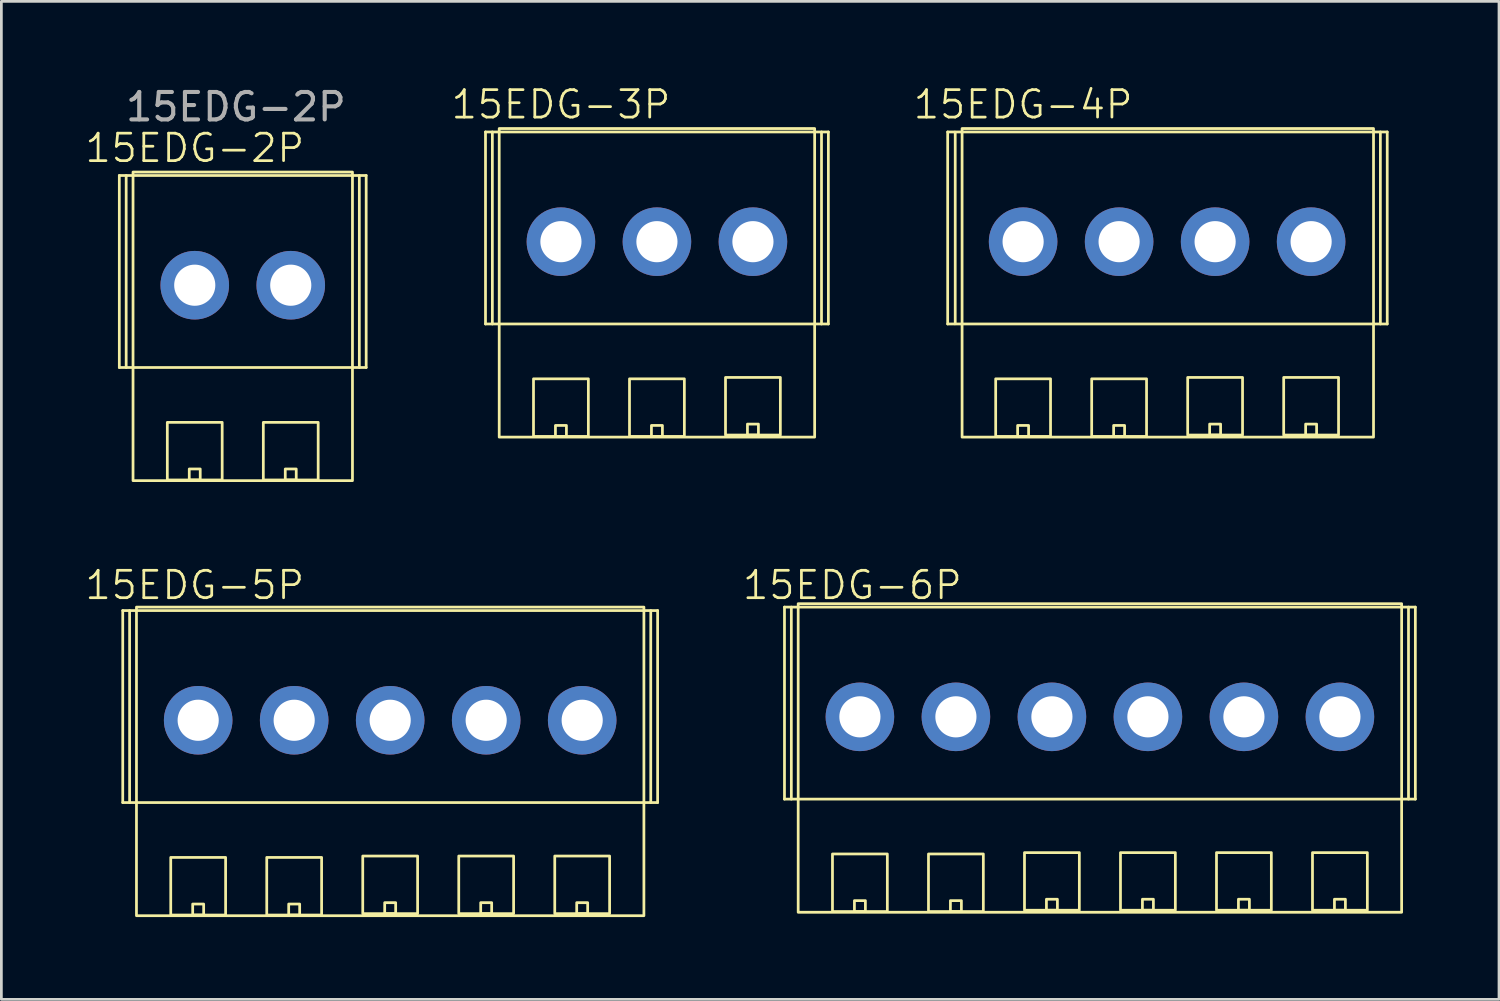
<source format=kicad_pcb>
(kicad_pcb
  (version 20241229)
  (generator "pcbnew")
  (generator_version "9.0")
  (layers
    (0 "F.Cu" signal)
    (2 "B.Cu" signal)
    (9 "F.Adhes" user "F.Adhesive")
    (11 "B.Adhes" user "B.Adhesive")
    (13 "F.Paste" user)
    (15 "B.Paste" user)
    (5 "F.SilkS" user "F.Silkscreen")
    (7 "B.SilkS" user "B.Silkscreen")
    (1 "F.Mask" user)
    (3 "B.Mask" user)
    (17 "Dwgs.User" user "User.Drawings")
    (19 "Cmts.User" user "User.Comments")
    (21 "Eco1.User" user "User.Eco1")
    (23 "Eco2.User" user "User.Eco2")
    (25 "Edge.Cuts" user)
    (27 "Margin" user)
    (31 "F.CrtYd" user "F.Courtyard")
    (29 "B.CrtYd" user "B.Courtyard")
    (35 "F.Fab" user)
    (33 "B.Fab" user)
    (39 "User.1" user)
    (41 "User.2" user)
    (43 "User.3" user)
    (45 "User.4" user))
  (footprint "15EDG-3P"
    (layer "F.Cu")
    (at 17.4 5.761)
    (property "Reference" "15EDG-3P" (at 0 -5 0) (unlocked yes) (layer "F.SilkS") (effects (font (size 1 1) (thickness 0.1))))
    (attr smd)
    (fp_line (start -2.75 -4) (end -2.5 -4) (stroke (width 0.1) (type default)) (layer "F.SilkS"))
    (fp_line (start -2.75 3) (end -2.75 -4) (stroke (width 0.1) (type default)) (layer "F.SilkS"))
    (fp_line (start -2.5 3) (end -2.75 3) (stroke (width 0.1) (type default)) (layer "F.SilkS"))
    (fp_line (start 9.75 -4) (end 9.5 -4) (stroke (width 0.1) (type default)) (layer "F.SilkS"))
    (fp_line (start 9.75 3) (end 9.5 3) (stroke (width 0.1) (type default)) (layer "F.SilkS"))
    (fp_line (start 9.75 3) (end 9.75 -4) (stroke (width 0.1) (type default)) (layer "F.SilkS"))
    (fp_rect (start -2.5 -4) (end 9.5 3) (stroke (width 0.1) (type default)) (fill no) (layer "F.SilkS"))
    (fp_rect (start -2.25 -4.125) (end 9.25 7.125) (stroke (width 0.1) (type default)) (fill no) (layer "F.SilkS"))
    (fp_rect (start -1 5) (end 1 7.1) (stroke (width 0.1) (type default)) (fill no) (layer "F.SilkS"))
    (fp_rect (start -0.2 6.7) (end 0.2 7.1) (stroke (width 0.1) (type default)) (fill no) (layer "F.SilkS"))
    (fp_rect (start 2.5 5) (end 4.5 7.1) (stroke (width 0.1) (type default)) (fill no) (layer "F.SilkS"))
    (fp_rect (start 3.3 6.7) (end 3.7 7.1) (stroke (width 0.1) (type default)) (fill no) (layer "F.SilkS"))
    (fp_rect (start 6 4.95) (end 8 7.05) (stroke (width 0.1) (type default)) (fill no) (layer "F.SilkS"))
    (fp_rect (start 6.8 6.65) (end 7.2 7.05) (stroke (width 0.1) (type default)) (fill no) (layer "F.SilkS"))
    (pad "1" thru_hole circle (at 0 0) (size 2.5 2.5) (drill 1.5) (layers "*.Cu" "*.Mask"))
    (pad "2" thru_hole circle (at 3.5 0) (size 2.5 2.5) (drill 1.5) (layers "*.Cu" "*.Mask"))
    (pad "3" thru_hole circle (at 7 0) (size 2.5 2.5) (drill 1.5) (layers "*.Cu" "*.Mask")))
  (footprint "15EDG-2P"
    (layer "F.Cu")
    (at 4.05 7.348)
    (property "Reference" "15EDG-2P" (at 0 -5 0) (unlocked yes) (layer "F.SilkS") (effects (font (size 1 1) (thickness 0.1))))
    (attr smd)
    (fp_line (start -2.75 -4) (end -2.5 -4) (stroke (width 0.1) (type default)) (layer "F.SilkS"))
    (fp_line (start -2.75 3) (end -2.75 -4) (stroke (width 0.1) (type default)) (layer "F.SilkS"))
    (fp_line (start -2.5 3) (end -2.75 3) (stroke (width 0.1) (type default)) (layer "F.SilkS"))
    (fp_line (start 6.25 -4) (end 6 -4) (stroke (width 0.1) (type default)) (layer "F.SilkS"))
    (fp_line (start 6.25 3) (end 6 3) (stroke (width 0.1) (type default)) (layer "F.SilkS"))
    (fp_line (start 6.25 3) (end 6.25 -4) (stroke (width 0.1) (type default)) (layer "F.SilkS"))
    (fp_rect (start -2.5 -4) (end 6 3) (stroke (width 0.1) (type default)) (fill no) (layer "F.SilkS"))
    (fp_rect (start -2.25 -4.125) (end 5.75 7.125) (stroke (width 0.1) (type default)) (fill no) (layer "F.SilkS"))
    (fp_rect (start -1 5) (end 1 7.1) (stroke (width 0.1) (type default)) (fill no) (layer "F.SilkS"))
    (fp_rect (start -0.2 6.7) (end 0.2 7.1) (stroke (width 0.1) (type default)) (fill no) (layer "F.SilkS"))
    (fp_rect (start 2.5 5) (end 4.5 7.1) (stroke (width 0.1) (type default)) (fill no) (layer "F.SilkS"))
    (fp_rect (start 3.3 6.7) (end 3.7 7.1) (stroke (width 0.1) (type default)) (fill no) (layer "F.SilkS"))
    (fp_text user "${REFERENCE}" (at 1.5 -6.5 0) (unlocked yes) (layer "F.Fab") (effects (font (size 1 1) (thickness 0.15))))
    (pad "1" thru_hole circle (at 0 0) (size 2.5 2.5) (drill 1.5) (layers "*.Cu" "*.Mask"))
    (pad "2" thru_hole circle (at 3.5 0) (size 2.5 2.5) (drill 1.5) (layers "*.Cu" "*.Mask")))
  (footprint "15EDG-6P"
    (layer "F.Cu")
    (at 28.3 23.084)
    (property "Reference" "15EDG-6P" (at -0.275 -4.8 0) (unlocked yes) (layer "F.SilkS") (effects (font (size 1 1) (thickness 0.1))))
    (attr smd)
    (fp_line (start -2.75 -4) (end -2.5 -4) (stroke (width 0.1) (type default)) (layer "F.SilkS"))
    (fp_line (start -2.75 3) (end -2.75 -4) (stroke (width 0.1) (type default)) (layer "F.SilkS"))
    (fp_line (start -2.5 3) (end -2.75 3) (stroke (width 0.1) (type default)) (layer "F.SilkS"))
    (fp_line (start 20.25 -4) (end 20 -4) (stroke (width 0.1) (type default)) (layer "F.SilkS"))
    (fp_line (start 20.25 3) (end 20 3) (stroke (width 0.1) (type default)) (layer "F.SilkS"))
    (fp_line (start 20.25 3) (end 20.25 -4) (stroke (width 0.1) (type default)) (layer "F.SilkS"))
    (fp_rect (start -2.5 -4) (end 20 3) (stroke (width 0.1) (type default)) (fill no) (layer "F.SilkS"))
    (fp_rect (start -2.25 -4.125) (end 19.75 7.125) (stroke (width 0.1) (type default)) (fill no) (layer "F.SilkS"))
    (fp_rect (start -1 5) (end 1 7.1) (stroke (width 0.1) (type default)) (fill no) (layer "F.SilkS"))
    (fp_rect (start -0.2 6.7) (end 0.2 7.1) (stroke (width 0.1) (type default)) (fill no) (layer "F.SilkS"))
    (fp_rect (start 2.5 5) (end 4.5 7.1) (stroke (width 0.1) (type default)) (fill no) (layer "F.SilkS"))
    (fp_rect (start 3.3 6.7) (end 3.7 7.1) (stroke (width 0.1) (type default)) (fill no) (layer "F.SilkS"))
    (fp_rect (start 6 4.95) (end 8 7.05) (stroke (width 0.1) (type default)) (fill no) (layer "F.SilkS"))
    (fp_rect (start 6.8 6.65) (end 7.2 7.05) (stroke (width 0.1) (type default)) (fill no) (layer "F.SilkS"))
    (fp_rect (start 9.5 4.95) (end 11.5 7.05) (stroke (width 0.1) (type default)) (fill no) (layer "F.SilkS"))
    (fp_rect (start 10.3 6.65) (end 10.7 7.05) (stroke (width 0.1) (type default)) (fill no) (layer "F.SilkS"))
    (fp_rect (start 13 4.95) (end 15 7.05) (stroke (width 0.1) (type default)) (fill no) (layer "F.SilkS"))
    (fp_rect (start 13.8 6.65) (end 14.2 7.05) (stroke (width 0.1) (type default)) (fill no) (layer "F.SilkS"))
    (fp_rect (start 16.5 4.95) (end 18.5 7.05) (stroke (width 0.1) (type default)) (fill no) (layer "F.SilkS"))
    (fp_rect (start 17.3 6.65) (end 17.7 7.05) (stroke (width 0.1) (type default)) (fill no) (layer "F.SilkS"))
    (pad "1" thru_hole circle (at 0 0) (size 2.5 2.5) (drill 1.5) (layers "*.Cu" "*.Mask"))
    (pad "2" thru_hole circle (at 3.5 0) (size 2.5 2.5) (drill 1.5) (layers "*.Cu" "*.Mask"))
    (pad "3" thru_hole circle (at 7 0) (size 2.5 2.5) (drill 1.5) (layers "*.Cu" "*.Mask"))
    (pad "4" thru_hole circle (at 10.5 0) (size 2.5 2.5) (drill 1.5) (layers "*.Cu" "*.Mask"))
    (pad "5" thru_hole circle (at 14 0) (size 2.5 2.5) (drill 1.5) (layers "*.Cu" "*.Mask"))
    (pad "6" thru_hole circle (at 17.5 0) (size 2.5 2.5) (drill 1.5) (layers "*.Cu" "*.Mask")))
  (footprint "15EDG-5P"
    (layer "F.Cu")
    (at 4.175 23.209)
    (property "Reference" "15EDG-5P" (at -0.125 -4.925 0) (unlocked yes) (layer "F.SilkS") (effects (font (size 1 1) (thickness 0.1))))
    (attr smd)
    (fp_line (start -2.75 -4) (end -2.5 -4) (stroke (width 0.1) (type default)) (layer "F.SilkS"))
    (fp_line (start -2.75 3) (end -2.75 -4) (stroke (width 0.1) (type default)) (layer "F.SilkS"))
    (fp_line (start -2.5 3) (end -2.75 3) (stroke (width 0.1) (type default)) (layer "F.SilkS"))
    (fp_line (start 16.75 -4) (end 16.5 -4) (stroke (width 0.1) (type default)) (layer "F.SilkS"))
    (fp_line (start 16.75 3) (end 16.5 3) (stroke (width 0.1) (type default)) (layer "F.SilkS"))
    (fp_line (start 16.75 3) (end 16.75 -4) (stroke (width 0.1) (type default)) (layer "F.SilkS"))
    (fp_rect (start -2.5 -4) (end 16.5 3) (stroke (width 0.1) (type default)) (fill no) (layer "F.SilkS"))
    (fp_rect (start -2.25 -4.125) (end 16.25 7.125) (stroke (width 0.1) (type default)) (fill no) (layer "F.SilkS"))
    (fp_rect (start -1 5) (end 1 7.1) (stroke (width 0.1) (type default)) (fill no) (layer "F.SilkS"))
    (fp_rect (start -0.2 6.7) (end 0.2 7.1) (stroke (width 0.1) (type default)) (fill no) (layer "F.SilkS"))
    (fp_rect (start 2.5 5) (end 4.5 7.1) (stroke (width 0.1) (type default)) (fill no) (layer "F.SilkS"))
    (fp_rect (start 3.3 6.7) (end 3.7 7.1) (stroke (width 0.1) (type default)) (fill no) (layer "F.SilkS"))
    (fp_rect (start 6 4.95) (end 8 7.05) (stroke (width 0.1) (type default)) (fill no) (layer "F.SilkS"))
    (fp_rect (start 6.8 6.65) (end 7.2 7.05) (stroke (width 0.1) (type default)) (fill no) (layer "F.SilkS"))
    (fp_rect (start 9.5 4.95) (end 11.5 7.05) (stroke (width 0.1) (type default)) (fill no) (layer "F.SilkS"))
    (fp_rect (start 10.3 6.65) (end 10.7 7.05) (stroke (width 0.1) (type default)) (fill no) (layer "F.SilkS"))
    (fp_rect (start 13 4.95) (end 15 7.05) (stroke (width 0.1) (type default)) (fill no) (layer "F.SilkS"))
    (fp_rect (start 13.8 6.65) (end 14.2 7.05) (stroke (width 0.1) (type default)) (fill no) (layer "F.SilkS"))
    (pad "1" thru_hole circle (at 0 0) (size 2.5 2.5) (drill 1.5) (layers "*.Cu" "*.Mask"))
    (pad "2" thru_hole circle (at 3.5 0) (size 2.5 2.5) (drill 1.5) (layers "*.Cu" "*.Mask"))
    (pad "3" thru_hole circle (at 7 0) (size 2.5 2.5) (drill 1.5) (layers "*.Cu" "*.Mask"))
    (pad "4" thru_hole circle (at 10.5 0) (size 2.5 2.5) (drill 1.5) (layers "*.Cu" "*.Mask"))
    (pad "5" thru_hole circle (at 14 0) (size 2.5 2.5) (drill 1.5) (layers "*.Cu" "*.Mask")))
  (footprint "15EDG-4P"
    (layer "F.Cu")
    (at 34.25 5.761)
    (property "Reference" "15EDG-4P" (at 0 -5 0) (unlocked yes) (layer "F.SilkS") (effects (font (size 1 1) (thickness 0.1))))
    (attr smd)
    (fp_line (start -2.75 -4) (end -2.5 -4) (stroke (width 0.1) (type default)) (layer "F.SilkS"))
    (fp_line (start -2.75 3) (end -2.75 -4) (stroke (width 0.1) (type default)) (layer "F.SilkS"))
    (fp_line (start -2.5 3) (end -2.75 3) (stroke (width 0.1) (type default)) (layer "F.SilkS"))
    (fp_line (start 13.275 -4) (end 13.025 -4) (stroke (width 0.1) (type default)) (layer "F.SilkS"))
    (fp_line (start 13.275 3) (end 13.025 3) (stroke (width 0.1) (type default)) (layer "F.SilkS"))
    (fp_line (start 13.275 3) (end 13.275 -4) (stroke (width 0.1) (type default)) (layer "F.SilkS"))
    (fp_rect (start -2.475 -4) (end 13.025 3) (stroke (width 0.1) (type default)) (fill no) (layer "F.SilkS"))
    (fp_rect (start -2.225 -4.125) (end 12.775 7.125) (stroke (width 0.1) (type default)) (fill no) (layer "F.SilkS"))
    (fp_rect (start -1 5) (end 1 7.1) (stroke (width 0.1) (type default)) (fill no) (layer "F.SilkS"))
    (fp_rect (start -0.2 6.7) (end 0.2 7.1) (stroke (width 0.1) (type default)) (fill no) (layer "F.SilkS"))
    (fp_rect (start 2.5 5) (end 4.5 7.1) (stroke (width 0.1) (type default)) (fill no) (layer "F.SilkS"))
    (fp_rect (start 3.3 6.7) (end 3.7 7.1) (stroke (width 0.1) (type default)) (fill no) (layer "F.SilkS"))
    (fp_rect (start 6 4.95) (end 8 7.05) (stroke (width 0.1) (type default)) (fill no) (layer "F.SilkS"))
    (fp_rect (start 6.8 6.65) (end 7.2 7.05) (stroke (width 0.1) (type default)) (fill no) (layer "F.SilkS"))
    (fp_rect (start 9.5 4.95) (end 11.5 7.05) (stroke (width 0.1) (type default)) (fill no) (layer "F.SilkS"))
    (fp_rect (start 10.3 6.65) (end 10.7 7.05) (stroke (width 0.1) (type default)) (fill no) (layer "F.SilkS"))
    (pad "1" thru_hole circle (at 0 0) (size 2.5 2.5) (drill 1.5) (layers "*.Cu" "*.Mask"))
    (pad "2" thru_hole circle (at 3.5 0) (size 2.5 2.5) (drill 1.5) (layers "*.Cu" "*.Mask"))
    (pad "3" thru_hole circle (at 7 0) (size 2.5 2.5) (drill 1.5) (layers "*.Cu" "*.Mask"))
    (pad "4" thru_hole circle (at 10.5 0) (size 2.5 2.5) (drill 1.5) (layers "*.Cu" "*.Mask")))
  (gr_rect
    (start -3 -3)
    (end 51.6 33.384)
    (stroke (width 0.1) (type default))
    (fill no)
    (layer "Edge.Cuts")))
</source>
